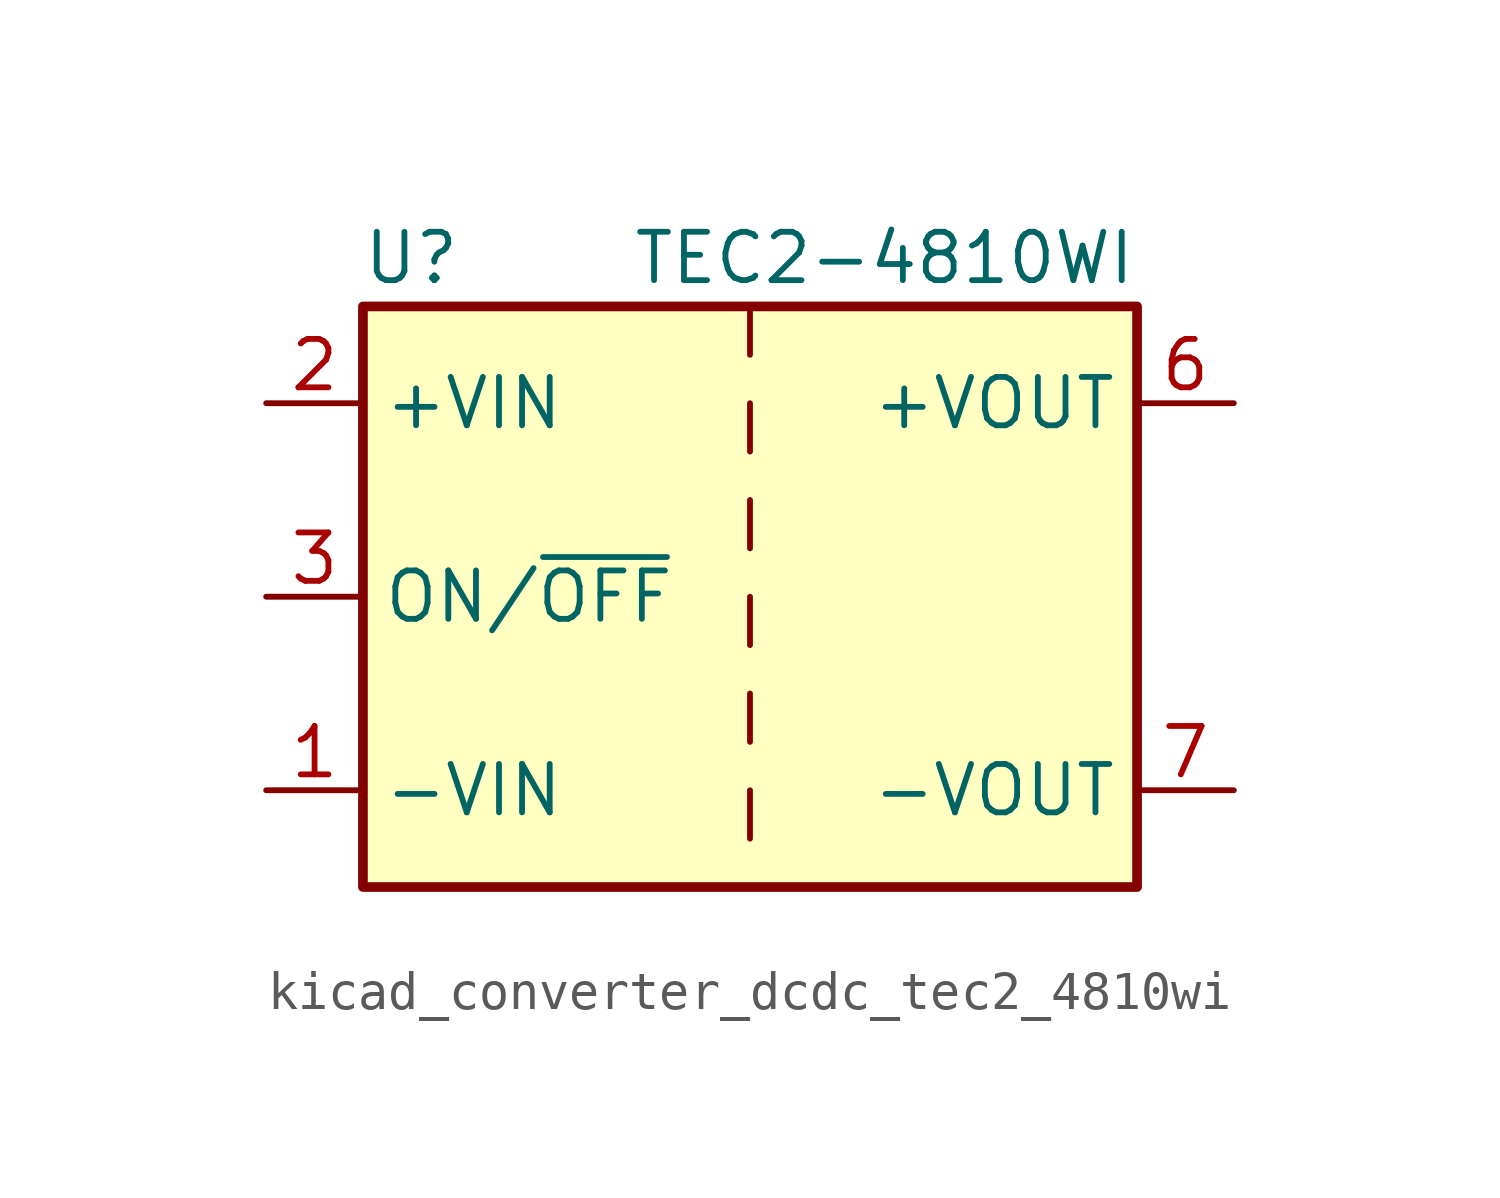
<source format=kicad_sym>
(kicad_symbol_lib
  (version 20220914)
  (generator kicad_symbol_editor)
  (symbol "kicad_converter_dcdc_tec2_4810wi"
    (property "Reference" "U"
      (at -8.89 8.89 0)
      (effects (font (size 1.27 1.27))))
    (property "Value" "TEC2-4810WI"
      (at 10.16 8.89 0)
      (effects (font (size 1.27 1.27)) (justify right)))
    (symbol "kicad_converter_dcdc_tec2_4810wi_0_1"
      (rectangle (start -10.16 7.62) (end 10.16 -7.62) (stroke (width 0.254) (type default)) (fill (type background)))
      (polyline (pts (xy 0 -5.08) (xy 0 -6.35)) (stroke (width 0) (type default)) (fill (type none)))
      (polyline (pts (xy 0 -2.54) (xy 0 -3.81)) (stroke (width 0) (type default)) (fill (type none)))
      (polyline (pts (xy 0 0) (xy 0 -1.27)) (stroke (width 0) (type default)) (fill (type none)))
      (polyline (pts (xy 0 2.54) (xy 0 1.27)) (stroke (width 0) (type default)) (fill (type none)))
      (polyline (pts (xy 0 5.08) (xy 0 3.81)) (stroke (width 0) (type default)) (fill (type none)))
      (polyline (pts (xy 0 7.62) (xy 0 6.35)) (stroke (width 0) (type default)) (fill (type none))))
    (symbol "kicad_converter_dcdc_tec2_4810wi_1_1"
      (pin power_in line (at -12.7 -5.08 0) (length 2.54) (name "-VIN" (effects (font (size 1.27 1.27)))) (number "1" (effects (font (size 1.27 1.27)))))
      (pin power_in line (at -12.7 5.08 0) (length 2.54) (name "+VIN" (effects (font (size 1.27 1.27)))) (number "2" (effects (font (size 1.27 1.27)))))
      (pin input line (at -12.7 0 0) (length 2.54) (name "ON/~{OFF}" (effects (font (size 1.27 1.27)))) (number "3" (effects (font (size 1.27 1.27)))))
      (pin no_connect line (at 10.16 2.54 180) (length 2.54) hide (name "NC" (effects (font (size 1.27 1.27)))) (number "5" (effects (font (size 1.27 1.27)))))
      (pin power_out line (at 12.7 5.08 180) (length 2.54) (name "+VOUT" (effects (font (size 1.27 1.27)))) (number "6" (effects (font (size 1.27 1.27)))))
      (pin power_out line (at 12.7 -5.08 180) (length 2.54) (name "-VOUT" (effects (font (size 1.27 1.27)))) (number "7" (effects (font (size 1.27 1.27)))))
      (pin no_connect line (at 10.16 0 180) (length 2.54) hide (name "NC" (effects (font (size 1.27 1.27)))) (number "8" (effects (font (size 1.27 1.27))))))))
</source>
